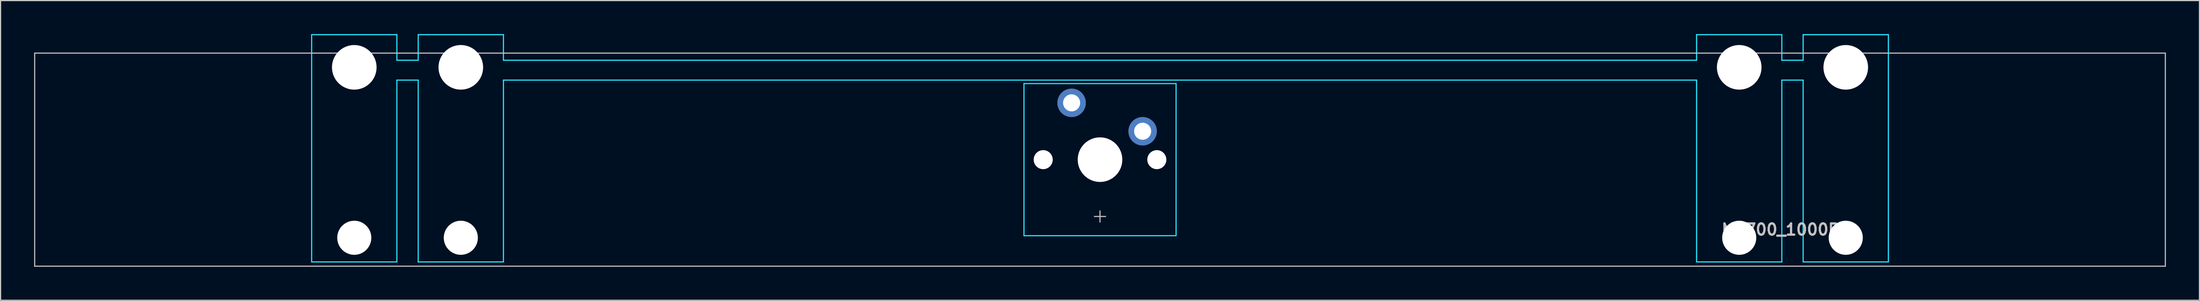
<source format=kicad_pcb>
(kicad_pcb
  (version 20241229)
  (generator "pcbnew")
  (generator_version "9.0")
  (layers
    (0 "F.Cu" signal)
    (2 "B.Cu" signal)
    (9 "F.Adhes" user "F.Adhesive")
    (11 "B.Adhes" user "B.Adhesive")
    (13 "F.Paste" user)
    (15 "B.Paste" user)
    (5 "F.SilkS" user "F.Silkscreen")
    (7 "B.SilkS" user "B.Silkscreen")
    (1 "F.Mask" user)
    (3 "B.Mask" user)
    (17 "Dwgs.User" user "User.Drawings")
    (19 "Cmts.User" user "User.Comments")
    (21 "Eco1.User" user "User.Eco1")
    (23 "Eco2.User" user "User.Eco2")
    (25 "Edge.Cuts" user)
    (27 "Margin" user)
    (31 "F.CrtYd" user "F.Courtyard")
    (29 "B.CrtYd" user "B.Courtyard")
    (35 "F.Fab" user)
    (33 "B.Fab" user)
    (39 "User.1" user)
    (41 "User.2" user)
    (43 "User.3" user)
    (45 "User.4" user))
  (footprint "MX700_1000R"
    (layer "F.Cu")
    (at 95.3 11.226)
    (property "Reference" "MX700_1000R" (at 66.25 6.25 0) (layer "Dwgs.User") (effects (font (size 1 1) (thickness 0.2)) (justify right)))
    (attr through_hole)
    (fp_line (start -95.25 9.525) (end -95.25 -9.525) (stroke (width 0.1) (type solid)) (layer "Dwgs.User"))
    (fp_line (start -0.5 5.08) (end 0.5 5.08) (stroke (width 0.1) (type solid)) (layer "Dwgs.User"))
    (fp_line (start 0 5.58) (end 0 4.58) (stroke (width 0.1) (type solid)) (layer "Dwgs.User"))
    (fp_line (start 95.25 -9.525) (end -95.25 -9.525) (stroke (width 0.1) (type solid)) (layer "Dwgs.User"))
    (fp_line (start 95.25 9.525) (end -95.25 9.525) (stroke (width 0.1) (type solid)) (layer "Dwgs.User"))
    (fp_line (start 95.25 9.525) (end 95.25 -9.525) (stroke (width 0.1) (type solid)) (layer "Dwgs.User"))
    (fp_line (start -70.175 -8.515) (end -70.175 5.485) (stroke (width 0.1) (type solid)) (layer "Eco1.User"))
    (fp_line (start -69.675 -9.015) (end -63.675 -9.015) (stroke (width 0.1) (type solid)) (layer "Eco1.User"))
    (fp_line (start -63.675 5.985) (end -69.675 5.985) (stroke (width 0.1) (type solid)) (layer "Eco1.User"))
    (fp_line (start -63.175 5.485) (end -63.175 -8.515) (stroke (width 0.1) (type solid)) (layer "Eco1.User"))
    (fp_line (start -60.65 -8.515) (end -60.65 5.485) (stroke (width 0.1) (type solid)) (layer "Eco1.User"))
    (fp_line (start -60.15 -9.015) (end -54.15 -9.015) (stroke (width 0.1) (type solid)) (layer "Eco1.User"))
    (fp_line (start -54.15 5.985) (end -60.15 5.985) (stroke (width 0.1) (type solid)) (layer "Eco1.User"))
    (fp_line (start -53.65 5.485) (end -53.65 -8.515) (stroke (width 0.1) (type solid)) (layer "Eco1.User"))
    (fp_line (start -7 -6.5) (end -7 6.5) (stroke (width 0.1) (type solid)) (layer "Eco1.User"))
    (fp_line (start -6.5 7) (end 6.5 7) (stroke (width 0.1) (type solid)) (layer "Eco1.User"))
    (fp_line (start 6.5 -7) (end -6.5 -7) (stroke (width 0.1) (type solid)) (layer "Eco1.User"))
    (fp_line (start 7 6.5) (end 7 -6.5) (stroke (width 0.1) (type solid)) (layer "Eco1.User"))
    (fp_line (start 53.65 -8.515) (end 53.65 5.485) (stroke (width 0.1) (type solid)) (layer "Eco1.User"))
    (fp_line (start 54.15 -9.015) (end 60.15 -9.015) (stroke (width 0.1) (type solid)) (layer "Eco1.User"))
    (fp_line (start 60.15 5.985) (end 54.15 5.985) (stroke (width 0.1) (type solid)) (layer "Eco1.User"))
    (fp_line (start 60.65 5.485) (end 60.65 -8.515) (stroke (width 0.1) (type solid)) (layer "Eco1.User"))
    (fp_line (start 63.175 -8.515) (end 63.175 5.485) (stroke (width 0.1) (type solid)) (layer "Eco1.User"))
    (fp_line (start 63.675 -9.015) (end 69.675 -9.015) (stroke (width 0.1) (type solid)) (layer "Eco1.User"))
    (fp_line (start 69.675 5.985) (end 63.675 5.985) (stroke (width 0.1) (type solid)) (layer "Eco1.User"))
    (fp_line (start 70.175 5.485) (end 70.175 -8.515) (stroke (width 0.1) (type solid)) (layer "Eco1.User"))
    (fp_arc (start -70.175 -8.515) (mid -70.028553 -8.868553) (end -69.675 -9.015) (stroke (width 0.1) (type solid)) (layer "Eco1.User"))
    (fp_arc (start -69.675 5.985) (mid -70.028553 5.838553) (end -70.175 5.485) (stroke (width 0.1) (type solid)) (layer "Eco1.User"))
    (fp_arc (start -63.675 -9.015) (mid -63.321447 -8.868553) (end -63.175 -8.515) (stroke (width 0.1) (type solid)) (layer "Eco1.User"))
    (fp_arc (start -63.175 5.485) (mid -63.321447 5.838553) (end -63.675 5.985) (stroke (width 0.1) (type solid)) (layer "Eco1.User"))
    (fp_arc (start -60.65 -8.515) (mid -60.503553 -8.868553) (end -60.15 -9.015) (stroke (width 0.1) (type solid)) (layer "Eco1.User"))
    (fp_arc (start -60.15 5.985) (mid -60.503553 5.838553) (end -60.65 5.485) (stroke (width 0.1) (type solid)) (layer "Eco1.User"))
    (fp_arc (start -54.15 -9.015) (mid -53.796447 -8.868553) (end -53.65 -8.515) (stroke (width 0.1) (type solid)) (layer "Eco1.User"))
    (fp_arc (start -53.65 5.485) (mid -53.796447 5.838553) (end -54.15 5.985) (stroke (width 0.1) (type solid)) (layer "Eco1.User"))
    (fp_arc (start -7 -6.5) (mid -6.853553 -6.853553) (end -6.5 -7) (stroke (width 0.1) (type solid)) (layer "Eco1.User"))
    (fp_arc (start -6.5 7) (mid -6.853553 6.853553) (end -7 6.5) (stroke (width 0.1) (type solid)) (layer "Eco1.User"))
    (fp_arc (start 6.5 -7) (mid 6.853553 -6.853553) (end 7 -6.5) (stroke (width 0.1) (type solid)) (layer "Eco1.User"))
    (fp_arc (start 7 6.5) (mid 6.853553 6.853553) (end 6.5 7) (stroke (width 0.1) (type solid)) (layer "Eco1.User"))
    (fp_arc (start 53.65 -8.515) (mid 53.796447 -8.868553) (end 54.15 -9.015) (stroke (width 0.1) (type solid)) (layer "Eco1.User"))
    (fp_arc (start 54.15 5.985) (mid 53.796447 5.838553) (end 53.65 5.485) (stroke (width 0.1) (type solid)) (layer "Eco1.User"))
    (fp_arc (start 60.15 -9.015) (mid 60.503553 -8.868553) (end 60.65 -8.515) (stroke (width 0.1) (type solid)) (layer "Eco1.User"))
    (fp_arc (start 60.65 5.485) (mid 60.503553 5.838553) (end 60.15 5.985) (stroke (width 0.1) (type solid)) (layer "Eco1.User"))
    (fp_arc (start 63.175 -8.515) (mid 63.321447 -8.868553) (end 63.675 -9.015) (stroke (width 0.1) (type solid)) (layer "Eco1.User"))
    (fp_arc (start 63.675 5.985) (mid 63.321447 5.838553) (end 63.175 5.485) (stroke (width 0.1) (type solid)) (layer "Eco1.User"))
    (fp_arc (start 69.675 -9.015) (mid 70.028553 -8.868553) (end 70.175 -8.515) (stroke (width 0.1) (type solid)) (layer "Eco1.User"))
    (fp_arc (start 70.175 5.485) (mid 70.028553 5.838553) (end 69.675 5.985) (stroke (width 0.1) (type solid)) (layer "Eco1.User"))
    (fp_line (start -70.485 9.144) (end -70.485 -11.176) (stroke (width 0.1) (type solid)) (layer "B.CrtYd"))
    (fp_line (start -62.865 -11.176) (end -70.485 -11.176) (stroke (width 0.1) (type solid)) (layer "B.CrtYd"))
    (fp_line (start -62.865 -8.89) (end -62.865 -11.176) (stroke (width 0.1) (type solid)) (layer "B.CrtYd"))
    (fp_line (start -62.865 -8.89) (end -60.96 -8.89) (stroke (width 0.1) (type solid)) (layer "B.CrtYd"))
    (fp_line (start -62.865 -7.112) (end -62.865 9.144) (stroke (width 0.1) (type solid)) (layer "B.CrtYd"))
    (fp_line (start -62.865 -7.112) (end -60.96 -7.112) (stroke (width 0.1) (type solid)) (layer "B.CrtYd"))
    (fp_line (start -62.865 9.144) (end -70.485 9.144) (stroke (width 0.1) (type solid)) (layer "B.CrtYd"))
    (fp_line (start -60.96 -8.89) (end -60.96 -11.176) (stroke (width 0.1) (type solid)) (layer "B.CrtYd"))
    (fp_line (start -60.96 -7.112) (end -60.96 9.144) (stroke (width 0.1) (type solid)) (layer "B.CrtYd"))
    (fp_line (start -53.34 -11.176) (end -60.96 -11.176) (stroke (width 0.1) (type solid)) (layer "B.CrtYd"))
    (fp_line (start -53.34 -8.89) (end -53.34 -11.176) (stroke (width 0.1) (type solid)) (layer "B.CrtYd"))
    (fp_line (start -53.34 -7.112) (end -53.34 9.144) (stroke (width 0.1) (type solid)) (layer "B.CrtYd"))
    (fp_line (start -53.34 9.144) (end -60.96 9.144) (stroke (width 0.1) (type solid)) (layer "B.CrtYd"))
    (fp_line (start -6.8 -6.8) (end -6.8 6.8) (stroke (width 0.1) (type solid)) (layer "B.CrtYd"))
    (fp_line (start -6.8 -6.8) (end 6.8 -6.8) (stroke (width 0.1) (type solid)) (layer "B.CrtYd"))
    (fp_line (start -6.8 6.8) (end 6.8 6.8) (stroke (width 0.1) (type solid)) (layer "B.CrtYd"))
    (fp_line (start 6.8 6.8) (end 6.8 -6.8) (stroke (width 0.1) (type solid)) (layer "B.CrtYd"))
    (fp_line (start 53.34 -8.89) (end -53.34 -8.89) (stroke (width 0.1) (type solid)) (layer "B.CrtYd"))
    (fp_line (start 53.34 -8.89) (end 53.34 -11.176) (stroke (width 0.1) (type solid)) (layer "B.CrtYd"))
    (fp_line (start 53.34 -7.112) (end -53.34 -7.112) (stroke (width 0.1) (type solid)) (layer "B.CrtYd"))
    (fp_line (start 53.34 -7.112) (end 53.34 9.144) (stroke (width 0.1) (type solid)) (layer "B.CrtYd"))
    (fp_line (start 60.96 -11.176) (end 53.34 -11.176) (stroke (width 0.1) (type solid)) (layer "B.CrtYd"))
    (fp_line (start 60.96 -8.89) (end 60.96 -11.176) (stroke (width 0.1) (type solid)) (layer "B.CrtYd"))
    (fp_line (start 60.96 -8.89) (end 62.865 -8.89) (stroke (width 0.1) (type solid)) (layer "B.CrtYd"))
    (fp_line (start 60.96 -7.112) (end 60.96 9.144) (stroke (width 0.1) (type solid)) (layer "B.CrtYd"))
    (fp_line (start 60.96 -7.112) (end 62.865 -7.112) (stroke (width 0.1) (type solid)) (layer "B.CrtYd"))
    (fp_line (start 60.96 9.144) (end 53.34 9.144) (stroke (width 0.1) (type solid)) (layer "B.CrtYd"))
    (fp_line (start 62.865 -8.89) (end 62.865 -11.176) (stroke (width 0.1) (type solid)) (layer "B.CrtYd"))
    (fp_line (start 62.865 -7.112) (end 62.865 9.144) (stroke (width 0.1) (type solid)) (layer "B.CrtYd"))
    (fp_line (start 70.485 -11.176) (end 62.865 -11.176) (stroke (width 0.1) (type solid)) (layer "B.CrtYd"))
    (fp_line (start 70.485 9.144) (end 62.865 9.144) (stroke (width 0.1) (type solid)) (layer "B.CrtYd"))
    (fp_line (start 70.485 9.144) (end 70.485 -11.176) (stroke (width 0.1) (type solid)) (layer "B.CrtYd"))
    (pad "" np_thru_hole circle (at -66.675 -8.255) (size 3.988 3.988) (drill 3.988) (layers "*.Cu" "*.Mask"))
    (pad "" np_thru_hole circle (at -66.675 6.985) (size 3.048 3.048) (drill 3.048) (layers "*.Cu" "*.Mask"))
    (pad "" np_thru_hole circle (at -57.15 -8.255) (size 3.988 3.988) (drill 3.988) (layers "*.Cu" "*.Mask"))
    (pad "" np_thru_hole circle (at -57.15 6.985) (size 3.048 3.048) (drill 3.048) (layers "*.Cu" "*.Mask"))
    (pad "" np_thru_hole circle (at -5.08 0) (size 1.702 1.702) (drill 1.702) (layers "*.Cu" "*.Mask"))
    (pad "" connect circle (at -2.54 -5.08) (size 1.524 1.524) (layers "B.Mask"))
    (pad "" np_thru_hole circle (at 0 0) (size 3.988 3.988) (drill 3.988) (layers "*.Cu" "*.Mask"))
    (pad "" connect circle (at 3.81 -2.54) (size 1.524 1.524) (layers "B.Mask"))
    (pad "" np_thru_hole circle (at 5.08 0) (size 1.702 1.702) (drill 1.702) (layers "*.Cu" "*.Mask"))
    (pad "" np_thru_hole circle (at 57.15 -8.255) (size 3.988 3.988) (drill 3.988) (layers "*.Cu" "*.Mask"))
    (pad "" np_thru_hole circle (at 57.15 6.985) (size 3.048 3.048) (drill 3.048) (layers "*.Cu" "*.Mask"))
    (pad "" np_thru_hole circle (at 66.675 -8.255) (size 3.988 3.988) (drill 3.988) (layers "*.Cu" "*.Mask"))
    (pad "" np_thru_hole circle (at 66.675 6.985) (size 3.048 3.048) (drill 3.048) (layers "*.Cu" "*.Mask"))
    (pad "1" thru_hole circle (at -2.54 -5.08) (size 2.54 2.54) (drill 1.524) (layers "*.Cu" "F.Mask"))
    (pad "2" thru_hole circle (at 3.81 -2.54) (size 2.54 2.54) (drill 1.524) (layers "*.Cu" "F.Mask")))
  (gr_rect
    (start -3 -3)
    (end 193.6 23.801)
    (stroke (width 0.1) (type default))
    (fill no)
    (layer "Edge.Cuts")))
</source>
